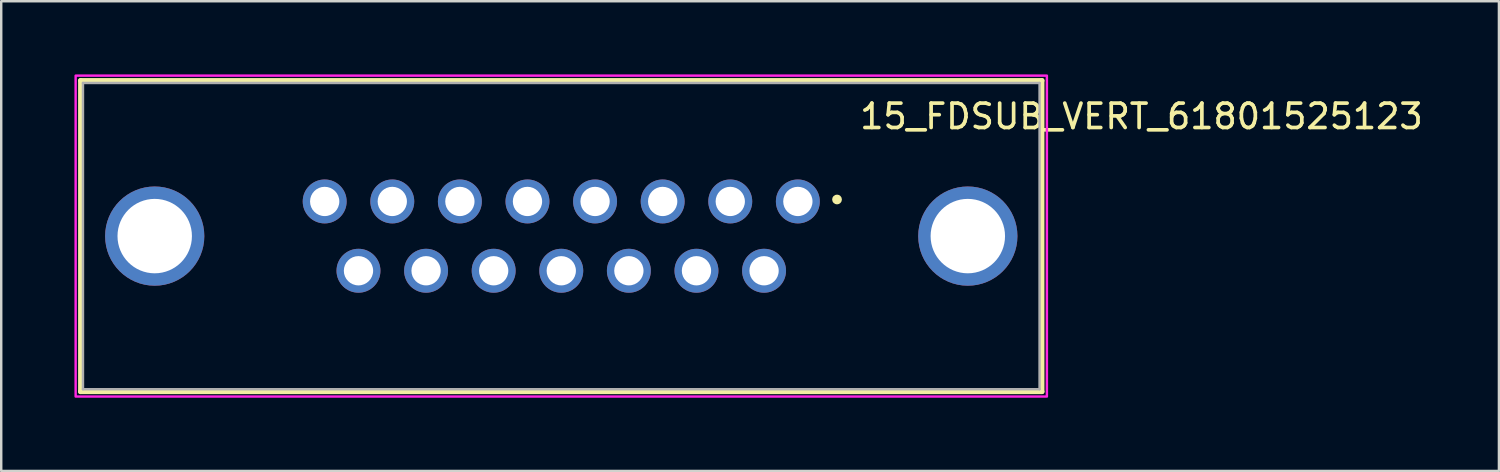
<source format=kicad_pcb>
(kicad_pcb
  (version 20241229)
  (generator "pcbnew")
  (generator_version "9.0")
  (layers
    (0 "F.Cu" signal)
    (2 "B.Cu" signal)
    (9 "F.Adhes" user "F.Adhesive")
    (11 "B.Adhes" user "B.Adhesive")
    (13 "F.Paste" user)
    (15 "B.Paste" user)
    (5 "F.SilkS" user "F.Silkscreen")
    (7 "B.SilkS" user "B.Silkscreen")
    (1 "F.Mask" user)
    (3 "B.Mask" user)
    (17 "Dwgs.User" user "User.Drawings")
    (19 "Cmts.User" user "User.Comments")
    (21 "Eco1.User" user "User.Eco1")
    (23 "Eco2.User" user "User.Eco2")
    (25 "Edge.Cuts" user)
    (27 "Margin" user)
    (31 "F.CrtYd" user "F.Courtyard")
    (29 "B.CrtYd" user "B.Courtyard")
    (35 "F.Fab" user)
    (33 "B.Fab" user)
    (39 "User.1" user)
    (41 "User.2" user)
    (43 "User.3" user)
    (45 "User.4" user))
  (footprint "15_FDSUB_VERT_61801525123"
    (layer "F.Cu")
    (at 19.95 6.625)
    (property "Reference" "15_FDSUB_VERT_61801525123" (at 23.775 -4.905 0) (layer "F.SilkS") (effects (font (size 1 1) (thickness 0.15))))
    (attr through_hole)
    (fp_line (start -19.7 -6.375) (end 19.7 -6.375) (stroke (width 0.2) (type solid)) (layer "F.SilkS"))
    (fp_line (start -19.7 6.375) (end -19.7 -6.375) (stroke (width 0.2) (type solid)) (layer "F.SilkS"))
    (fp_line (start 19.7 -6.375) (end 19.7 6.375) (stroke (width 0.2) (type solid)) (layer "F.SilkS"))
    (fp_line (start 19.7 6.375) (end -19.7 6.375) (stroke (width 0.2) (type solid)) (layer "F.SilkS"))
    (fp_circle (center 11.3 -1.5) (end 11.4 -1.5) (stroke (width 0.2) (type solid)) (fill no) (layer "F.SilkS"))
    (fp_poly (pts (xy -19.9 -6.575) (xy 19.9 -6.575) (xy 19.9 6.575) (xy -19.9 6.575)) (stroke (width 0.1) (type solid)) (fill no) (layer "F.CrtYd"))
    (fp_line (start -19.6 -6.275) (end 19.6 -6.275) (stroke (width 0.1) (type solid)) (layer "F.Fab"))
    (fp_line (start -19.6 6.275) (end -19.6 -6.275) (stroke (width 0.1) (type solid)) (layer "F.Fab"))
    (fp_line (start 19.6 -6.275) (end 19.6 6.275) (stroke (width 0.1) (type solid)) (layer "F.Fab"))
    (fp_line (start 19.6 6.275) (end -19.6 6.275) (stroke (width 0.1) (type solid)) (layer "F.Fab"))
    (pad "1" thru_hole circle (at 9.695 -1.42) (size 1.8 1.8) (drill 1.2) (layers "*.Cu" "*.Mask"))
    (pad "2" thru_hole circle (at 6.925 -1.42) (size 1.8 1.8) (drill 1.2) (layers "*.Cu" "*.Mask"))
    (pad "3" thru_hole circle (at 4.155 -1.42) (size 1.8 1.8) (drill 1.2) (layers "*.Cu" "*.Mask"))
    (pad "4" thru_hole circle (at 1.385 -1.42) (size 1.8 1.8) (drill 1.2) (layers "*.Cu" "*.Mask"))
    (pad "5" thru_hole circle (at -1.385 -1.42) (size 1.8 1.8) (drill 1.2) (layers "*.Cu" "*.Mask"))
    (pad "6" thru_hole circle (at -4.155 -1.42) (size 1.8 1.8) (drill 1.2) (layers "*.Cu" "*.Mask"))
    (pad "7" thru_hole circle (at -6.925 -1.42) (size 1.8 1.8) (drill 1.2) (layers "*.Cu" "*.Mask"))
    (pad "8" thru_hole circle (at -9.695 -1.42) (size 1.8 1.8) (drill 1.2) (layers "*.Cu" "*.Mask"))
    (pad "9" thru_hole circle (at 8.31 1.42) (size 1.8 1.8) (drill 1.2) (layers "*.Cu" "*.Mask"))
    (pad "10" thru_hole circle (at 5.54 1.42) (size 1.8 1.8) (drill 1.2) (layers "*.Cu" "*.Mask"))
    (pad "11" thru_hole circle (at 2.77 1.42) (size 1.8 1.8) (drill 1.2) (layers "*.Cu" "*.Mask"))
    (pad "12" thru_hole circle (at 0 1.42) (size 1.8 1.8) (drill 1.2) (layers "*.Cu" "*.Mask"))
    (pad "13" thru_hole circle (at -2.77 1.42) (size 1.8 1.8) (drill 1.2) (layers "*.Cu" "*.Mask"))
    (pad "14" thru_hole circle (at -5.54 1.42) (size 1.8 1.8) (drill 1.2) (layers "*.Cu" "*.Mask"))
    (pad "15" thru_hole circle (at -8.31 1.42) (size 1.8 1.8) (drill 1.2) (layers "*.Cu" "*.Mask"))
    (pad "S1" thru_hole circle (at -16.66 0) (size 4.066 4.066) (drill 3.05) (layers "*.Cu" "*.Mask"))
    (pad "S2" thru_hole circle (at 16.66 0) (size 4.066 4.066) (drill 3.05) (layers "*.Cu" "*.Mask")))
  (gr_rect
    (start -3 -3)
    (end 58.374 16.25)
    (stroke (width 0.1) (type default))
    (fill no)
    (layer "Edge.Cuts")))
</source>
